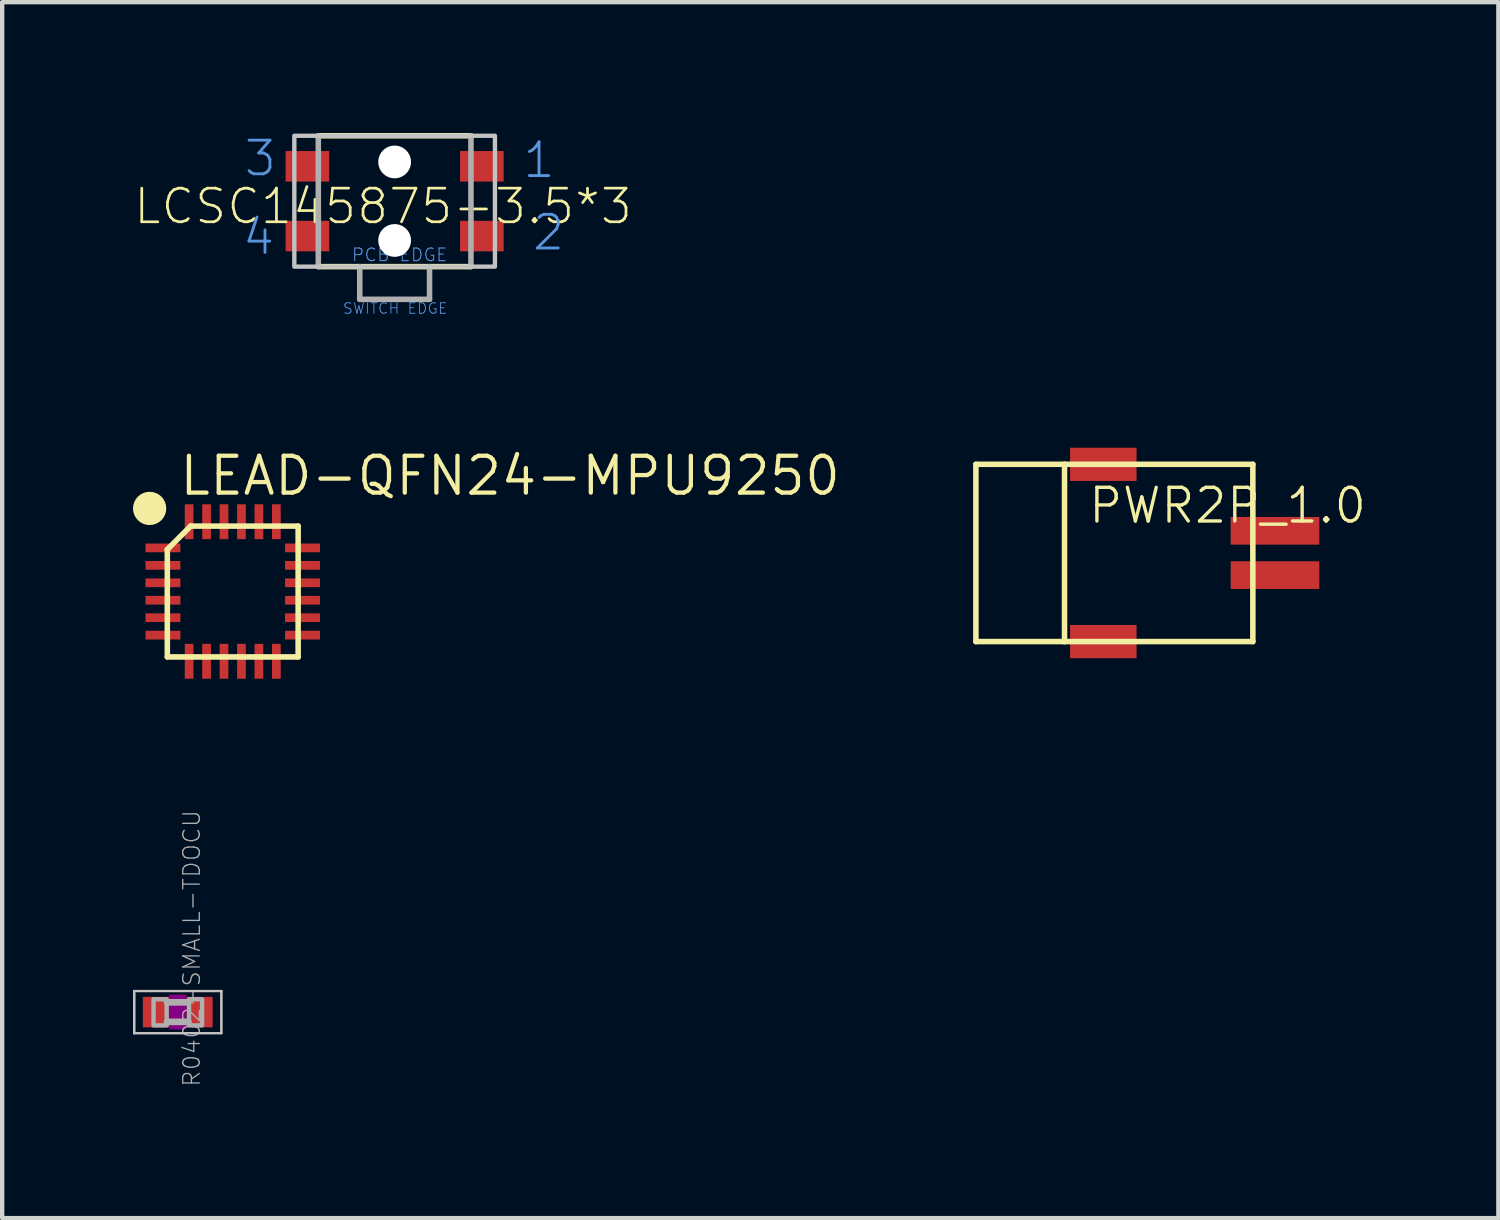
<source format=kicad_pcb>
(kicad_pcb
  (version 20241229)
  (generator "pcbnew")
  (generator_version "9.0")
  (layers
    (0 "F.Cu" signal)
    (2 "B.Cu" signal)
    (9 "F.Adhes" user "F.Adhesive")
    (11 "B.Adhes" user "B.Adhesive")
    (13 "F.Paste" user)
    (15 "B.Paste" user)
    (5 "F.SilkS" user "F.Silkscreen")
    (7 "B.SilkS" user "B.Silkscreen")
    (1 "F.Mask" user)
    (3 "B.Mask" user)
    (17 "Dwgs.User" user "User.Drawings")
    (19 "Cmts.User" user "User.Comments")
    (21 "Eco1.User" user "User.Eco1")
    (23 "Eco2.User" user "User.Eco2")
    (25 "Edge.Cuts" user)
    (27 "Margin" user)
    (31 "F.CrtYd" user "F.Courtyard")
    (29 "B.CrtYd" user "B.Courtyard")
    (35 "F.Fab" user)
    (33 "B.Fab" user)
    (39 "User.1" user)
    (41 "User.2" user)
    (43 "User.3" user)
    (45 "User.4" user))
  (footprint "R0402-SMALL-TDOCU"
    (layer "F.Cu")
    (at 1.025 20.155)
    (property "Reference" "R0402-SMALL-TDOCU" (at 0.32 -1.46 270) (layer "F.Fab") (effects (font (size 0.38 0.38) (thickness 0.03))))
    (attr through_hole)
    (fp_poly (pts (xy -0.2 0.4) (xy 0.2 0.4) (xy 0.2 -0.4) (xy -0.2 -0.4)) (stroke (width 0) (type solid)) (fill yes) (layer "F.Adhes"))
    (fp_line (start -1 -0.483) (end 1 -0.483) (stroke (width 0.051) (type solid)) (layer "Dwgs.User"))
    (fp_line (start -1 0.483) (end -1 -0.483) (stroke (width 0.051) (type solid)) (layer "Dwgs.User"))
    (fp_line (start -1 0.483) (end -1 -0.483) (stroke (width 0.051) (type solid)) (layer "Dwgs.User"))
    (fp_line (start 1 -0.483) (end 1 0.483) (stroke (width 0.051) (type solid)) (layer "Dwgs.User"))
    (fp_line (start 1 0.483) (end -1 0.483) (stroke (width 0.051) (type solid)) (layer "Dwgs.User"))
    (fp_line (start -1 0.483) (end -1 -0.483) (stroke (width 0.051) (type solid)) (layer "F.Fab"))
    (fp_line (start -1 0.483) (end 1 0.483) (stroke (width 0.051) (type solid)) (layer "F.Fab"))
    (fp_line (start -0.245 -0.224) (end 0.245 -0.224) (stroke (width 0.152) (type solid)) (layer "F.Fab"))
    (fp_line (start 0.245 0.224) (end -0.245 0.224) (stroke (width 0.152) (type solid)) (layer "F.Fab"))
    (fp_line (start 1 -0.483) (end -1 -0.483) (stroke (width 0.051) (type solid)) (layer "F.Fab"))
    (fp_line (start 1 0.483) (end 1 -0.483) (stroke (width 0.051) (type solid)) (layer "F.Fab"))
    (fp_poly (pts (xy -0.554 0.305) (xy -0.254 0.305) (xy -0.254 -0.295) (xy -0.554 -0.295)) (stroke (width 0.1) (type solid)) (fill no) (layer "F.Fab"))
    (fp_poly (pts (xy 0.259 0.305) (xy 0.559 0.305) (xy 0.559 -0.295) (xy 0.259 -0.295)) (stroke (width 0.1) (type solid)) (fill no) (layer "F.Fab"))
    (pad "1" smd rect (at -0.5 0) (size 0.6 0.7) (layers "F.Cu" "F.Mask" "F.Paste"))
    (pad "2" smd rect (at 0.5 0) (size 0.6 0.7) (layers "F.Cu" "F.Mask" "F.Paste")))
  (footprint "LEAD-QFN24-MPU9250"
    (layer "F.Cu")
    (at 2.286 10.512)
    (property "Reference" "LEAD-QFN24-MPU9250" (at -1.27 -2.159 0) (layer "F.SilkS") (effects (font (size 0.845 0.845) (thickness 0.098)) (justify left bottom)))
    (attr through_hole)
    (fp_line (start -1.5 -0.964) (end -0.964 -1.5) (stroke (width 0.127) (type solid)) (layer "F.SilkS"))
    (fp_line (start -1.5 1.5) (end -1.5 -0.964) (stroke (width 0.127) (type solid)) (layer "F.SilkS"))
    (fp_line (start -0.964 -1.5) (end 1.5 -1.5) (stroke (width 0.127) (type solid)) (layer "F.SilkS"))
    (fp_line (start 1.5 -1.5) (end 1.5 1.5) (stroke (width 0.127) (type solid)) (layer "F.SilkS"))
    (fp_line (start 1.5 1.5) (end -1.5 1.5) (stroke (width 0.127) (type solid)) (layer "F.SilkS"))
    (fp_circle (center -1.905 -1.905) (end -1.714 -1.905) (stroke (width 0.381) (type solid)) (fill no) (layer "F.SilkS"))
    (pad "1" smd rect (at -1.6 -1) (size 0.8 0.2) (layers "F.Cu" "F.Mask" "F.Paste"))
    (pad "2" smd rect (at -1.6 -0.6) (size 0.8 0.2) (layers "F.Cu" "F.Mask" "F.Paste"))
    (pad "3" smd rect (at -1.6 -0.2) (size 0.8 0.2) (layers "F.Cu" "F.Mask" "F.Paste"))
    (pad "4" smd rect (at -1.6 0.2) (size 0.8 0.2) (layers "F.Cu" "F.Mask" "F.Paste"))
    (pad "5" smd rect (at -1.6 0.6) (size 0.8 0.2) (layers "F.Cu" "F.Mask" "F.Paste"))
    (pad "6" smd rect (at -1.6 1) (size 0.8 0.2) (layers "F.Cu" "F.Mask" "F.Paste"))
    (pad "7" smd rect (at -1 1.6 90) (size 0.8 0.2) (layers "F.Cu" "F.Mask" "F.Paste"))
    (pad "8" smd rect (at -0.6 1.6 90) (size 0.8 0.2) (layers "F.Cu" "F.Mask" "F.Paste"))
    (pad "9" smd rect (at -0.2 1.6 90) (size 0.8 0.2) (layers "F.Cu" "F.Mask" "F.Paste"))
    (pad "10" smd rect (at 0.2 1.6 90) (size 0.8 0.2) (layers "F.Cu" "F.Mask" "F.Paste"))
    (pad "11" smd rect (at 0.6 1.6 90) (size 0.8 0.2) (layers "F.Cu" "F.Mask" "F.Paste"))
    (pad "12" smd rect (at 1 1.6 90) (size 0.8 0.2) (layers "F.Cu" "F.Mask" "F.Paste"))
    (pad "13" smd rect (at 1.6 1 180) (size 0.8 0.2) (layers "F.Cu" "F.Mask" "F.Paste"))
    (pad "14" smd rect (at 1.6 0.6 180) (size 0.8 0.2) (layers "F.Cu" "F.Mask" "F.Paste"))
    (pad "15" smd rect (at 1.6 0.2 180) (size 0.8 0.2) (layers "F.Cu" "F.Mask" "F.Paste"))
    (pad "16" smd rect (at 1.6 -0.2 180) (size 0.8 0.2) (layers "F.Cu" "F.Mask" "F.Paste"))
    (pad "17" smd rect (at 1.6 -0.6 180) (size 0.8 0.2) (layers "F.Cu" "F.Mask" "F.Paste"))
    (pad "18" smd rect (at 1.6 -1 180) (size 0.8 0.2) (layers "F.Cu" "F.Mask" "F.Paste"))
    (pad "19" smd rect (at 1 -1.6 270) (size 0.8 0.2) (layers "F.Cu" "F.Mask" "F.Paste"))
    (pad "20" smd rect (at 0.6 -1.6 270) (size 0.8 0.2) (layers "F.Cu" "F.Mask" "F.Paste"))
    (pad "21" smd rect (at 0.2 -1.6 270) (size 0.8 0.2) (layers "F.Cu" "F.Mask" "F.Paste"))
    (pad "22" smd rect (at -0.2 -1.6 270) (size 0.8 0.2) (layers "F.Cu" "F.Mask" "F.Paste"))
    (pad "23" smd rect (at -0.6 -1.6 270) (size 0.8 0.2) (layers "F.Cu" "F.Mask" "F.Paste"))
    (pad "24" smd rect (at -1 -1.6 270) (size 0.8 0.2) (layers "F.Cu" "F.Mask" "F.Paste")))
  (footprint "PWR2P_1.0"
    (layer "F.Cu")
    (at 25.675 9.628)
    (property "Reference" "PWR2P_1.0" (at -3.81 -0.635 180) (layer "F.SilkS") (effects (font (size 0.772 0.772) (thickness 0.077)) (justify left bottom)))
    (attr through_hole)
    (fp_line (start -6.35 -2.032) (end -6.35 2.032) (stroke (width 0.127) (type solid)) (layer "F.SilkS"))
    (fp_line (start -6.35 2.032) (end -4.318 2.032) (stroke (width 0.127) (type solid)) (layer "F.SilkS"))
    (fp_line (start -4.318 -2.032) (end -6.35 -2.032) (stroke (width 0.127) (type solid)) (layer "F.SilkS"))
    (fp_line (start -4.318 -2.032) (end 0 -2.032) (stroke (width 0.127) (type solid)) (layer "F.SilkS"))
    (fp_line (start -4.318 2.032) (end -4.318 -2.032) (stroke (width 0.127) (type solid)) (layer "F.SilkS"))
    (fp_line (start 0 -2.032) (end 0 2.032) (stroke (width 0.127) (type solid)) (layer "F.SilkS"))
    (fp_line (start 0 2.032) (end -4.318 2.032) (stroke (width 0.127) (type solid)) (layer "F.SilkS"))
    (pad "+" smd rect (at 0.508 -0.508) (size 2.032 0.635) (layers "F.Cu" "F.Mask" "F.Paste"))
    (pad "-" smd rect (at 0.508 0.508) (size 2.032 0.635) (layers "F.Cu" "F.Mask" "F.Paste"))
    (pad "P$3" smd rect (at -3.429 -2.032) (size 1.524 0.762) (layers "F.Cu" "F.Mask" "F.Paste"))
    (pad "P$4" smd rect (at -3.429 2.032) (size 1.524 0.762) (layers "F.Cu" "F.Mask" "F.Paste")))
  (footprint "LCSC145875-3.5*3"
    (layer "F.Cu")
    (at 5.998 1.563)
    (property "Reference" "LCSC145875-3.5*3" (at -0.265 0.57 180) (layer "F.SilkS") (effects (font (size 0.772 0.772) (thickness 0.062)) (justify bottom)))
    (attr through_hole)
    (fp_line (start 1.75 -1.5) (end -1.75 -1.5) (stroke (width 0.127) (type solid)) (layer "F.SilkS"))
    (fp_line (start 1.75 1.5) (end -1.75 1.5) (stroke (width 0.127) (type solid)) (layer "F.SilkS"))
    (fp_poly (pts (xy -2.3 -1.5) (xy 2.3 -1.5) (xy 2.3 1.5) (xy -2.3 1.5)) (stroke (width 0.1) (type solid)) (fill no) (layer "Dwgs.User"))
    (fp_line (start -1.75 -1.5) (end -1.75 1.5) (stroke (width 0.127) (type solid)) (layer "F.Fab"))
    (fp_line (start -0.8 1.5) (end -0.8 2.25) (stroke (width 0.127) (type solid)) (layer "F.Fab"))
    (fp_line (start -0.8 2.25) (end 0.8 2.25) (stroke (width 0.127) (type solid)) (layer "F.Fab"))
    (fp_line (start 0.8 2.25) (end 0.8 1.5) (stroke (width 0.127) (type solid)) (layer "F.Fab"))
    (fp_line (start 1.75 1.5) (end 1.75 -1.5) (stroke (width 0.127) (type solid)) (layer "F.Fab"))
    (fp_text user "4" (at -3.53 1.27 0) (layer "Cmts.User") (effects (font (size 0.772 0.772) (thickness 0.065)) (justify left bottom)))
    (fp_text user "PCB EDGE" (at -1 1.4 0) (layer "Cmts.User") (effects (font (size 0.29 0.29) (thickness 0.024)) (justify left bottom)))
    (fp_text user "1" (at 2.9 -0.49 0) (layer "Cmts.User") (effects (font (size 0.772 0.772) (thickness 0.065)) (justify left bottom)))
    (fp_text user "2" (at 3.12 1.17 0) (layer "Cmts.User") (effects (font (size 0.772 0.772) (thickness 0.065)) (justify left bottom)))
    (fp_text user "3" (at -3.49 -0.53 0) (layer "Cmts.User") (effects (font (size 0.772 0.772) (thickness 0.065)) (justify left bottom)))
    (fp_text user "SWITCH EDGE" (at -1.2 2.6 0) (layer "Cmts.User") (effects (font (size 0.241 0.241) (thickness 0.02)) (justify left bottom)))
    (pad "" np_thru_hole circle (at 0 -0.9) (size 0.75 0.75) (drill 0.75) (layers "*.Cu" "*.Mask"))
    (pad "" np_thru_hole circle (at 0 0.9) (size 0.75 0.75) (drill 0.75) (layers "*.Cu" "*.Mask"))
    (pad "1" smd rect (at 2 -0.8) (size 1 0.7) (layers "F.Cu" "F.Mask" "F.Paste"))
    (pad "2" smd rect (at 2 0.8) (size 1 0.7) (layers "F.Cu" "F.Mask" "F.Paste"))
    (pad "3" smd rect (at -2 -0.8) (size 1 0.7) (layers "F.Cu" "F.Mask" "F.Paste"))
    (pad "4" smd rect (at -2 0.8) (size 1 0.7) (layers "F.Cu" "F.Mask" "F.Paste")))
  (gr_rect
    (start -3 -3)
    (end 31.304 24.878)
    (stroke (width 0.1) (type default))
    (fill no)
    (layer "Edge.Cuts")))
</source>
